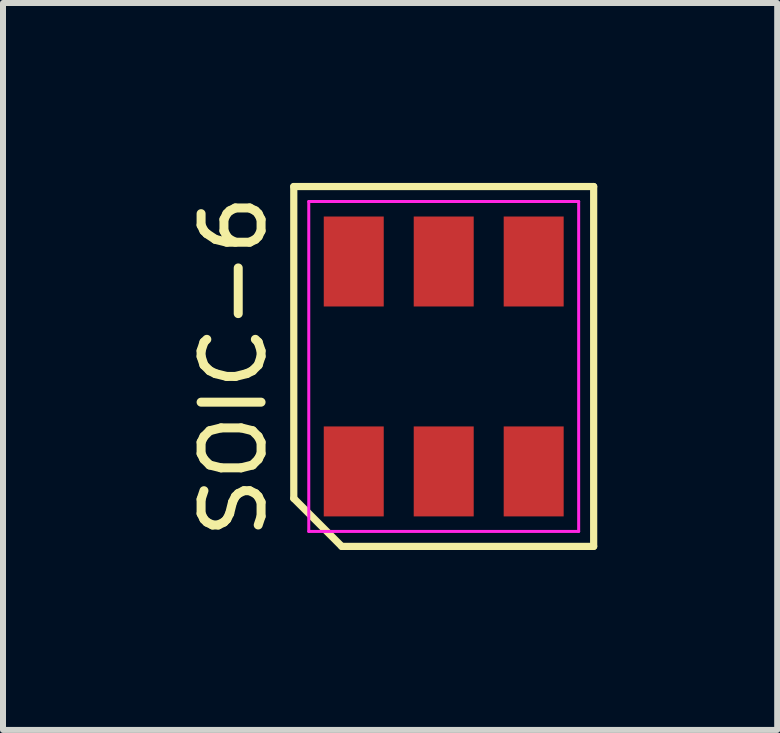
<source format=kicad_pcb>
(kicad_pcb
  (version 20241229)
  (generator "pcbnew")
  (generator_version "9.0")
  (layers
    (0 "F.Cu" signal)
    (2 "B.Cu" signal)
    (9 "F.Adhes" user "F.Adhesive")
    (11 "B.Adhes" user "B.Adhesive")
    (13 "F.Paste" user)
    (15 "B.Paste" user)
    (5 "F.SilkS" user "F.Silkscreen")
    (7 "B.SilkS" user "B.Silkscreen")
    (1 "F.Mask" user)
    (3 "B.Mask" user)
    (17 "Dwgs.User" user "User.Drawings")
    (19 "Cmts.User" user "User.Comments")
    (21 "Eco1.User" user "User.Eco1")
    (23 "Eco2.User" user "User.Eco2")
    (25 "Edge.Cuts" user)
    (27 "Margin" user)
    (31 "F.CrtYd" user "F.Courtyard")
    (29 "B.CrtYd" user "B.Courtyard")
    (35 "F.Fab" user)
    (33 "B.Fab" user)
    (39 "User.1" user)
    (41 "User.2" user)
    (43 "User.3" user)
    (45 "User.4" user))
  (footprint "SOIC-6"
    (layer "F.Cu")
    (at 4.348 3.06)
    (property "Reference" "SOIC-6" (at -3.5 0 90) (layer "F.SilkS") (effects (font (size 1 1) (thickness 0.15))))
    (attr smd)
    (fp_line (start -2.5 -3) (end 2.5 -3) (stroke (width 0.12) (type default)) (layer "F.SilkS"))
    (fp_line (start -2.5 2.2) (end -2.5 -3) (stroke (width 0.12) (type default)) (layer "F.SilkS"))
    (fp_line (start -1.7 3) (end -2.5 2.2) (stroke (width 0.12) (type default)) (layer "F.SilkS"))
    (fp_line (start 2.5 -3) (end 2.5 3) (stroke (width 0.12) (type default)) (layer "F.SilkS"))
    (fp_line (start 2.5 3) (end -1.7 3) (stroke (width 0.12) (type default)) (layer "F.SilkS"))
    (fp_line (start -2.25 -2.75) (end 2.25 -2.75) (stroke (width 0.05) (type default)) (layer "F.CrtYd"))
    (fp_line (start -2.25 2.75) (end -2.25 -2.75) (stroke (width 0.05) (type default)) (layer "F.CrtYd"))
    (fp_line (start 2.25 -2.75) (end 2.25 2.75) (stroke (width 0.05) (type default)) (layer "F.CrtYd"))
    (fp_line (start 2.25 2.75) (end -2.25 2.75) (stroke (width 0.05) (type default)) (layer "F.CrtYd"))
    (pad "1" smd rect (at -1.5 1.75) (size 1 1.5) (layers "F.Cu" "F.Mask" "F.Paste"))
    (pad "2" smd rect (at 0 1.75) (size 1 1.5) (layers "F.Cu" "F.Mask" "F.Paste"))
    (pad "3" smd rect (at 1.5 1.75) (size 1 1.5) (layers "F.Cu" "F.Mask" "F.Paste"))
    (pad "4" smd rect (at 1.5 -1.75) (size 1 1.5) (layers "F.Cu" "F.Mask" "F.Paste"))
    (pad "5" smd rect (at 0 -1.75) (size 1 1.5) (layers "F.Cu" "F.Mask" "F.Paste"))
    (pad "6" smd rect (at -1.5 -1.75) (size 1 1.5) (layers "F.Cu" "F.Mask" "F.Paste")))
  (gr_rect
    (start -3 -3)
    (end 9.908 9.12)
    (stroke (width 0.1) (type default))
    (fill no)
    (layer "Edge.Cuts")))
</source>
